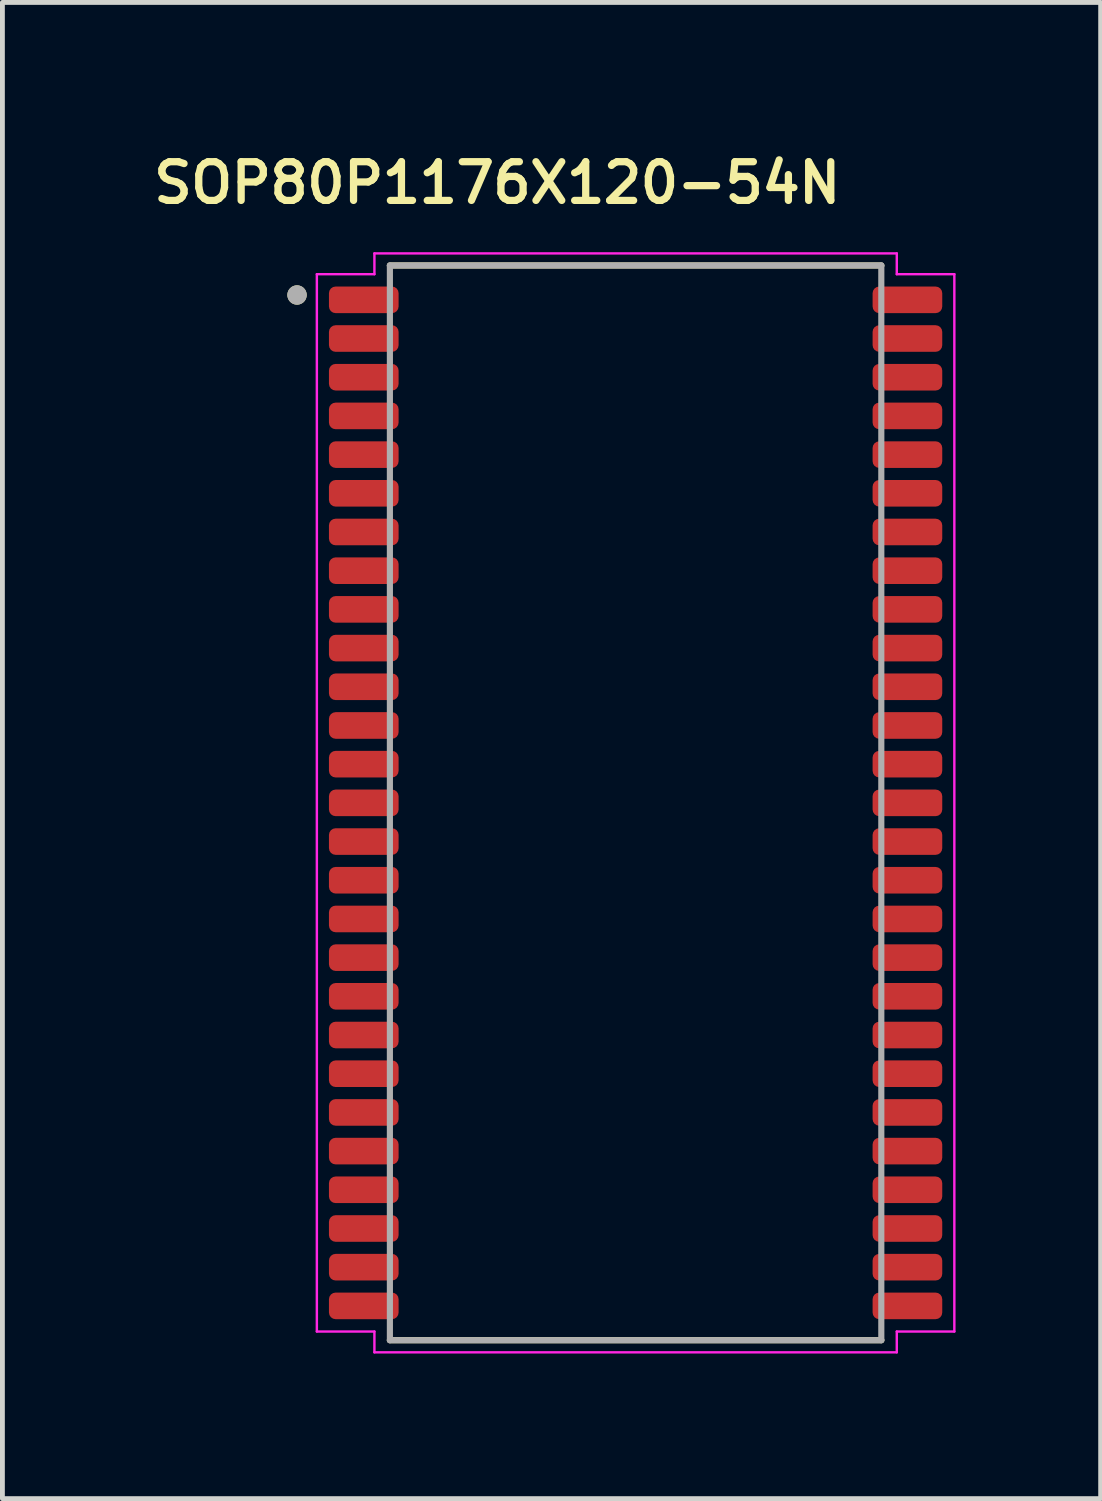
<source format=kicad_pcb>
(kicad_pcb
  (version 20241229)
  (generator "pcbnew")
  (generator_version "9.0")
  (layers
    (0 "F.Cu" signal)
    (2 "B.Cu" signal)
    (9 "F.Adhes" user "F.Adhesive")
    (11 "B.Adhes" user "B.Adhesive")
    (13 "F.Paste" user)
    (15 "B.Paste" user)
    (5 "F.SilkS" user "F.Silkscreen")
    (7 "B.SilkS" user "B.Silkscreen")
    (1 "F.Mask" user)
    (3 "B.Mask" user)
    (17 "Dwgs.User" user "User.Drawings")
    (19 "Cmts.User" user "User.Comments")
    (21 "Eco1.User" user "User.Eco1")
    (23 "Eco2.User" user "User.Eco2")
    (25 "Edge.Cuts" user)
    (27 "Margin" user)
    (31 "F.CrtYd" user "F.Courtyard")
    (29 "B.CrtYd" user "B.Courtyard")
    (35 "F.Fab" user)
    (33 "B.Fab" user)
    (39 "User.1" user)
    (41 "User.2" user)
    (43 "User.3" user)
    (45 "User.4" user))
  (footprint "SOP80P1176X120-54N"
    (layer "F.Cu")
    (at 10.091 13.549)
    (property "Reference" "SOP80P1176X120-54N" (at -2.86 -12.818 0) (layer "F.SilkS") (effects (font (size 0.8 0.8) (thickness 0.15))))
    (attr smd)
    (fp_line (start -5.08 11.11) (end 5.08 11.11) (stroke (width 0.127) (type solid)) (layer "F.SilkS"))
    (fp_line (start 5.08 -11.11) (end -5.08 -11.11) (stroke (width 0.127) (type solid)) (layer "F.SilkS"))
    (fp_circle (center -7 -10.5) (end -6.9 -10.5) (stroke (width 0.2) (type solid)) (fill no) (layer "F.SilkS"))
    (fp_line (start -6.59 -10.93) (end -6.59 10.93) (stroke (width 0.05) (type solid)) (layer "F.CrtYd"))
    (fp_line (start -5.4 -11.36) (end -5.4 -10.93) (stroke (width 0.05) (type solid)) (layer "F.CrtYd"))
    (fp_line (start -5.4 -11.36) (end 5.4 -11.36) (stroke (width 0.05) (type solid)) (layer "F.CrtYd"))
    (fp_line (start -5.4 -10.93) (end -6.59 -10.93) (stroke (width 0.05) (type solid)) (layer "F.CrtYd"))
    (fp_line (start -5.4 10.93) (end -6.59 10.93) (stroke (width 0.05) (type solid)) (layer "F.CrtYd"))
    (fp_line (start -5.4 11.36) (end -5.4 10.93) (stroke (width 0.05) (type solid)) (layer "F.CrtYd"))
    (fp_line (start -5.4 11.36) (end 5.4 11.36) (stroke (width 0.05) (type solid)) (layer "F.CrtYd"))
    (fp_line (start 5.4 -11.36) (end 5.4 -10.93) (stroke (width 0.05) (type solid)) (layer "F.CrtYd"))
    (fp_line (start 5.4 -10.93) (end 6.59 -10.93) (stroke (width 0.05) (type solid)) (layer "F.CrtYd"))
    (fp_line (start 5.4 10.93) (end 6.59 10.93) (stroke (width 0.05) (type solid)) (layer "F.CrtYd"))
    (fp_line (start 5.4 11.36) (end 5.4 10.93) (stroke (width 0.05) (type solid)) (layer "F.CrtYd"))
    (fp_line (start 6.59 -10.93) (end 6.59 10.93) (stroke (width 0.05) (type solid)) (layer "F.CrtYd"))
    (fp_line (start -5.08 -11.11) (end -5.08 11.11) (stroke (width 0.127) (type solid)) (layer "F.Fab"))
    (fp_line (start -5.08 11.11) (end 5.08 11.11) (stroke (width 0.127) (type solid)) (layer "F.Fab"))
    (fp_line (start 5.08 -11.11) (end -5.08 -11.11) (stroke (width 0.127) (type solid)) (layer "F.Fab"))
    (fp_line (start 5.08 11.11) (end 5.08 -11.11) (stroke (width 0.127) (type solid)) (layer "F.Fab"))
    (fp_circle (center -7 -10.5) (end -6.9 -10.5) (stroke (width 0.2) (type solid)) (fill no) (layer "F.Fab"))
    (pad "1" smd roundrect (at -5.62 -10.4) (size 1.44 0.55) (layers "F.Cu" "F.Mask" "F.Paste") (roundrect_rratio 0.25))
    (pad "2" smd roundrect (at -5.62 -9.6) (size 1.44 0.55) (layers "F.Cu" "F.Mask" "F.Paste") (roundrect_rratio 0.25))
    (pad "3" smd roundrect (at -5.62 -8.8) (size 1.44 0.55) (layers "F.Cu" "F.Mask" "F.Paste") (roundrect_rratio 0.25))
    (pad "4" smd roundrect (at -5.62 -8) (size 1.44 0.55) (layers "F.Cu" "F.Mask" "F.Paste") (roundrect_rratio 0.25))
    (pad "5" smd roundrect (at -5.62 -7.2) (size 1.44 0.55) (layers "F.Cu" "F.Mask" "F.Paste") (roundrect_rratio 0.25))
    (pad "6" smd roundrect (at -5.62 -6.4) (size 1.44 0.55) (layers "F.Cu" "F.Mask" "F.Paste") (roundrect_rratio 0.25))
    (pad "7" smd roundrect (at -5.62 -5.6) (size 1.44 0.55) (layers "F.Cu" "F.Mask" "F.Paste") (roundrect_rratio 0.25))
    (pad "8" smd roundrect (at -5.62 -4.8) (size 1.44 0.55) (layers "F.Cu" "F.Mask" "F.Paste") (roundrect_rratio 0.25))
    (pad "9" smd roundrect (at -5.62 -4) (size 1.44 0.55) (layers "F.Cu" "F.Mask" "F.Paste") (roundrect_rratio 0.25))
    (pad "10" smd roundrect (at -5.62 -3.2) (size 1.44 0.55) (layers "F.Cu" "F.Mask" "F.Paste") (roundrect_rratio 0.25))
    (pad "11" smd roundrect (at -5.62 -2.4) (size 1.44 0.55) (layers "F.Cu" "F.Mask" "F.Paste") (roundrect_rratio 0.25))
    (pad "12" smd roundrect (at -5.62 -1.6) (size 1.44 0.55) (layers "F.Cu" "F.Mask" "F.Paste") (roundrect_rratio 0.25))
    (pad "13" smd roundrect (at -5.62 -0.8) (size 1.44 0.55) (layers "F.Cu" "F.Mask" "F.Paste") (roundrect_rratio 0.25))
    (pad "14" smd roundrect (at -5.62 0) (size 1.44 0.55) (layers "F.Cu" "F.Mask" "F.Paste") (roundrect_rratio 0.25))
    (pad "15" smd roundrect (at -5.62 0.8) (size 1.44 0.55) (layers "F.Cu" "F.Mask" "F.Paste") (roundrect_rratio 0.25))
    (pad "16" smd roundrect (at -5.62 1.6) (size 1.44 0.55) (layers "F.Cu" "F.Mask" "F.Paste") (roundrect_rratio 0.25))
    (pad "17" smd roundrect (at -5.62 2.4) (size 1.44 0.55) (layers "F.Cu" "F.Mask" "F.Paste") (roundrect_rratio 0.25))
    (pad "18" smd roundrect (at -5.62 3.2) (size 1.44 0.55) (layers "F.Cu" "F.Mask" "F.Paste") (roundrect_rratio 0.25))
    (pad "19" smd roundrect (at -5.62 4) (size 1.44 0.55) (layers "F.Cu" "F.Mask" "F.Paste") (roundrect_rratio 0.25))
    (pad "20" smd roundrect (at -5.62 4.8) (size 1.44 0.55) (layers "F.Cu" "F.Mask" "F.Paste") (roundrect_rratio 0.25))
    (pad "21" smd roundrect (at -5.62 5.6) (size 1.44 0.55) (layers "F.Cu" "F.Mask" "F.Paste") (roundrect_rratio 0.25))
    (pad "22" smd roundrect (at -5.62 6.4) (size 1.44 0.55) (layers "F.Cu" "F.Mask" "F.Paste") (roundrect_rratio 0.25))
    (pad "23" smd roundrect (at -5.62 7.2) (size 1.44 0.55) (layers "F.Cu" "F.Mask" "F.Paste") (roundrect_rratio 0.25))
    (pad "24" smd roundrect (at -5.62 8) (size 1.44 0.55) (layers "F.Cu" "F.Mask" "F.Paste") (roundrect_rratio 0.25))
    (pad "25" smd roundrect (at -5.62 8.8) (size 1.44 0.55) (layers "F.Cu" "F.Mask" "F.Paste") (roundrect_rratio 0.25))
    (pad "26" smd roundrect (at -5.62 9.6) (size 1.44 0.55) (layers "F.Cu" "F.Mask" "F.Paste") (roundrect_rratio 0.25))
    (pad "27" smd roundrect (at -5.62 10.4) (size 1.44 0.55) (layers "F.Cu" "F.Mask" "F.Paste") (roundrect_rratio 0.25))
    (pad "28" smd roundrect (at 5.62 10.4) (size 1.44 0.55) (layers "F.Cu" "F.Mask" "F.Paste") (roundrect_rratio 0.25))
    (pad "29" smd roundrect (at 5.62 9.6) (size 1.44 0.55) (layers "F.Cu" "F.Mask" "F.Paste") (roundrect_rratio 0.25))
    (pad "30" smd roundrect (at 5.62 8.8) (size 1.44 0.55) (layers "F.Cu" "F.Mask" "F.Paste") (roundrect_rratio 0.25))
    (pad "31" smd roundrect (at 5.62 8) (size 1.44 0.55) (layers "F.Cu" "F.Mask" "F.Paste") (roundrect_rratio 0.25))
    (pad "32" smd roundrect (at 5.62 7.2) (size 1.44 0.55) (layers "F.Cu" "F.Mask" "F.Paste") (roundrect_rratio 0.25))
    (pad "33" smd roundrect (at 5.62 6.4) (size 1.44 0.55) (layers "F.Cu" "F.Mask" "F.Paste") (roundrect_rratio 0.25))
    (pad "34" smd roundrect (at 5.62 5.6) (size 1.44 0.55) (layers "F.Cu" "F.Mask" "F.Paste") (roundrect_rratio 0.25))
    (pad "35" smd roundrect (at 5.62 4.8) (size 1.44 0.55) (layers "F.Cu" "F.Mask" "F.Paste") (roundrect_rratio 0.25))
    (pad "36" smd roundrect (at 5.62 4) (size 1.44 0.55) (layers "F.Cu" "F.Mask" "F.Paste") (roundrect_rratio 0.25))
    (pad "37" smd roundrect (at 5.62 3.2) (size 1.44 0.55) (layers "F.Cu" "F.Mask" "F.Paste") (roundrect_rratio 0.25))
    (pad "38" smd roundrect (at 5.62 2.4) (size 1.44 0.55) (layers "F.Cu" "F.Mask" "F.Paste") (roundrect_rratio 0.25))
    (pad "39" smd roundrect (at 5.62 1.6) (size 1.44 0.55) (layers "F.Cu" "F.Mask" "F.Paste") (roundrect_rratio 0.25))
    (pad "40" smd roundrect (at 5.62 0.8) (size 1.44 0.55) (layers "F.Cu" "F.Mask" "F.Paste") (roundrect_rratio 0.25))
    (pad "41" smd roundrect (at 5.62 0) (size 1.44 0.55) (layers "F.Cu" "F.Mask" "F.Paste") (roundrect_rratio 0.25))
    (pad "42" smd roundrect (at 5.62 -0.8) (size 1.44 0.55) (layers "F.Cu" "F.Mask" "F.Paste") (roundrect_rratio 0.25))
    (pad "43" smd roundrect (at 5.62 -1.6) (size 1.44 0.55) (layers "F.Cu" "F.Mask" "F.Paste") (roundrect_rratio 0.25))
    (pad "44" smd roundrect (at 5.62 -2.4) (size 1.44 0.55) (layers "F.Cu" "F.Mask" "F.Paste") (roundrect_rratio 0.25))
    (pad "45" smd roundrect (at 5.62 -3.2) (size 1.44 0.55) (layers "F.Cu" "F.Mask" "F.Paste") (roundrect_rratio 0.25))
    (pad "46" smd roundrect (at 5.62 -4) (size 1.44 0.55) (layers "F.Cu" "F.Mask" "F.Paste") (roundrect_rratio 0.25))
    (pad "47" smd roundrect (at 5.62 -4.8) (size 1.44 0.55) (layers "F.Cu" "F.Mask" "F.Paste") (roundrect_rratio 0.25))
    (pad "48" smd roundrect (at 5.62 -5.6) (size 1.44 0.55) (layers "F.Cu" "F.Mask" "F.Paste") (roundrect_rratio 0.25))
    (pad "49" smd roundrect (at 5.62 -6.4) (size 1.44 0.55) (layers "F.Cu" "F.Mask" "F.Paste") (roundrect_rratio 0.25))
    (pad "50" smd roundrect (at 5.62 -7.2) (size 1.44 0.55) (layers "F.Cu" "F.Mask" "F.Paste") (roundrect_rratio 0.25))
    (pad "51" smd roundrect (at 5.62 -8) (size 1.44 0.55) (layers "F.Cu" "F.Mask" "F.Paste") (roundrect_rratio 0.25))
    (pad "52" smd roundrect (at 5.62 -8.8) (size 1.44 0.55) (layers "F.Cu" "F.Mask" "F.Paste") (roundrect_rratio 0.25))
    (pad "53" smd roundrect (at 5.62 -9.6) (size 1.44 0.55) (layers "F.Cu" "F.Mask" "F.Paste") (roundrect_rratio 0.25))
    (pad "54" smd roundrect (at 5.62 -10.4) (size 1.44 0.55) (layers "F.Cu" "F.Mask" "F.Paste") (roundrect_rratio 0.25)))
  (gr_rect
    (start -3 -3)
    (end 19.706 27.934)
    (stroke (width 0.1) (type default))
    (fill no)
    (layer "Edge.Cuts")))
</source>
